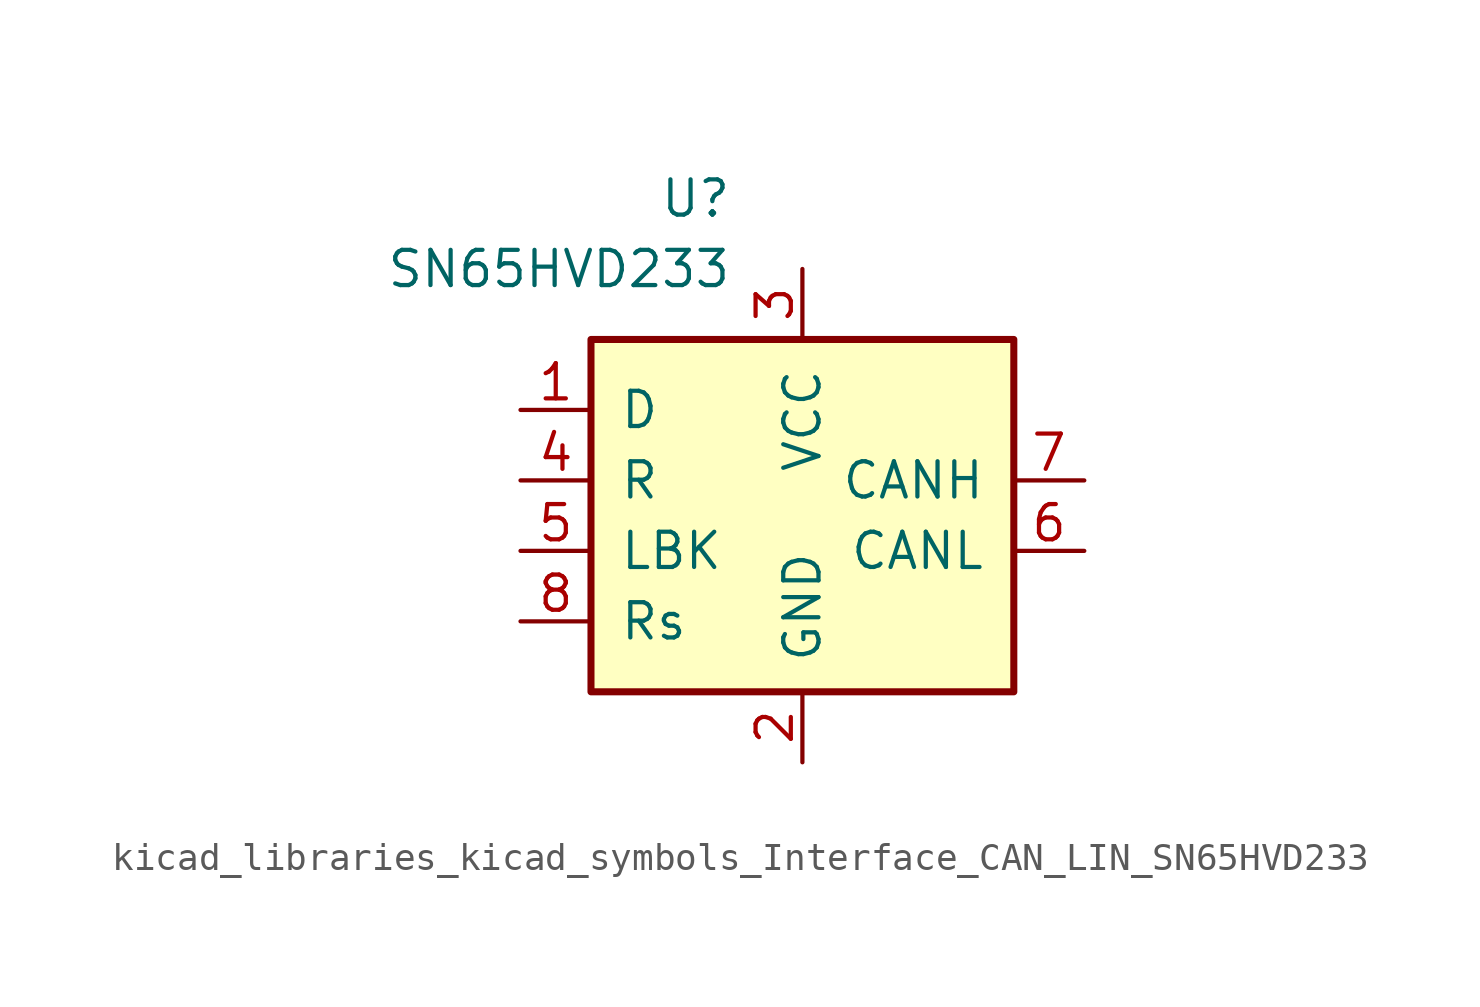
<source format=kicad_sym>
(kicad_symbol_lib
  (version 20220914)
  (generator kicad_symbol_editor)
  (symbol "kicad_libraries_kicad_symbols_Interface_CAN_LIN_SN65HVD233"
    (pin_names
      (offset 1.016))
    (property "Reference" "U"
      (at -2.54 10.16 0)
      (effects (font (size 1.27 1.27)) (justify right)))
    (property "Value" "SN65HVD233"
      (at -2.54 7.62 0)
      (effects (font (size 1.27 1.27)) (justify right)))
    (symbol "kicad_libraries_kicad_symbols_Interface_CAN_LIN_SN65HVD233_0_1"
      (rectangle (start -7.62 5.08) (end 7.62 -7.62) (stroke (width 0.254) (type default)) (fill (type background))))
    (symbol "kicad_libraries_kicad_symbols_Interface_CAN_LIN_SN65HVD233_1_1"
      (pin input line (at -10.16 2.54 0) (length 2.54) (name "D" (effects (font (size 1.27 1.27)))) (number "1" (effects (font (size 1.27 1.27)))))
      (pin power_in line (at 0 -10.16 90) (length 2.54) (name "GND" (effects (font (size 1.27 1.27)))) (number "2" (effects (font (size 1.27 1.27)))))
      (pin power_in line (at 0 7.62 270) (length 2.54) (name "VCC" (effects (font (size 1.27 1.27)))) (number "3" (effects (font (size 1.27 1.27)))))
      (pin output line (at -10.16 0 0) (length 2.54) (name "R" (effects (font (size 1.27 1.27)))) (number "4" (effects (font (size 1.27 1.27)))))
      (pin input line (at -10.16 -2.54 0) (length 2.54) (name "LBK" (effects (font (size 1.27 1.27)))) (number "5" (effects (font (size 1.27 1.27)))))
      (pin bidirectional line (at 10.16 -2.54 180) (length 2.54) (name "CANL" (effects (font (size 1.27 1.27)))) (number "6" (effects (font (size 1.27 1.27)))))
      (pin bidirectional line (at 10.16 0 180) (length 2.54) (name "CANH" (effects (font (size 1.27 1.27)))) (number "7" (effects (font (size 1.27 1.27)))))
      (pin input line (at -10.16 -5.08 0) (length 2.54) (name "Rs" (effects (font (size 1.27 1.27)))) (number "8" (effects (font (size 1.27 1.27))))))))
</source>
